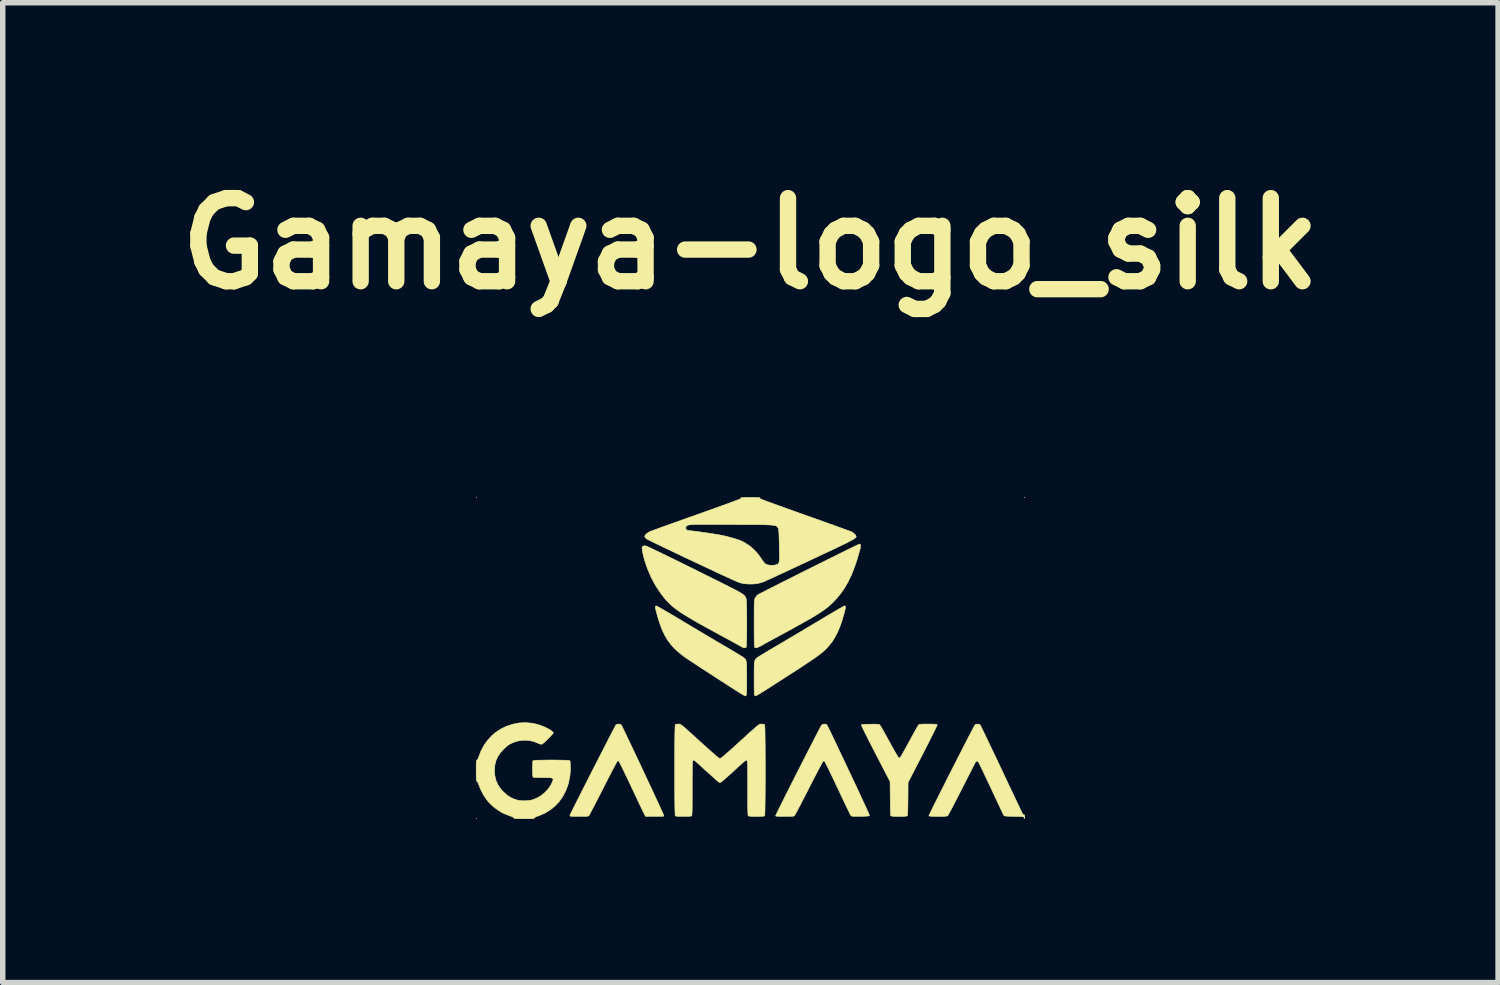
<source format=kicad_pcb>
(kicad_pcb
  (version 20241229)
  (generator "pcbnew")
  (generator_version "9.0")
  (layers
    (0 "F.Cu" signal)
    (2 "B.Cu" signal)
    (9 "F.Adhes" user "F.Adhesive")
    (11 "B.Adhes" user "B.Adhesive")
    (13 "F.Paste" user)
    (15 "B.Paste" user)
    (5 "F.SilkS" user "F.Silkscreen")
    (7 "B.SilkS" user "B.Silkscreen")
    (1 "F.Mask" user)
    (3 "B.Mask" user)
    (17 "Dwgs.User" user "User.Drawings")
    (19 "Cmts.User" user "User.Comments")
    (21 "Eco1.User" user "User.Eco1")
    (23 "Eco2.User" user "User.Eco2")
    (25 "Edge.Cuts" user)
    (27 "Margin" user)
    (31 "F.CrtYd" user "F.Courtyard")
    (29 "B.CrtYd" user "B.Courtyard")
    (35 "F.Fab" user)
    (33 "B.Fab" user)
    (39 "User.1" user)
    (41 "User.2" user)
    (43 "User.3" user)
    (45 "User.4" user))
  (footprint "Gamaya-logo_silk"
    (layer "F.Cu")
    (at 10.712 9.018)
    (property "Reference" "Gamaya-logo_silk" (at 0 -7.6 0) (layer "F.SilkS") (effects (font (size 1.524 1.524) (thickness 0.3))))
    (attr exclude_from_pos_files exclude_from_bom)
    (fp_poly (pts (xy -5.021 -2.942) (xy -5.025 -2.938) (xy -5.029 -2.942) (xy -5.025 -2.946) (xy -5.021 -2.942)) (stroke (width 0.01) (type solid)) (fill yes) (layer "F.SilkS"))
    (fp_poly (pts (xy -5.021 2.942) (xy -5.025 2.946) (xy -5.029 2.942) (xy -5.025 2.938) (xy -5.021 2.942)) (stroke (width 0.01) (type solid)) (fill yes) (layer "F.SilkS"))
    (fp_poly (pts (xy 5.029 -2.942) (xy 5.025 -2.938) (xy 5.021 -2.942) (xy 5.025 -2.946) (xy 5.029 -2.942)) (stroke (width 0.01) (type solid)) (fill yes) (layer "F.SilkS"))
    (fp_poly (pts (xy -1.717 -0.952) (xy -1.694 -0.94) (xy -1.658 -0.921) (xy -1.612 -0.894) (xy -1.557 -0.862) (xy -1.494 -0.825) (xy -1.423 -0.784) (xy -1.348 -0.739) (xy -1.267 -0.691) (xy -1.246 -0.678) (xy -1.153 -0.622) (xy -1.055 -0.563) (xy -0.953 -0.503) (xy -0.852 -0.443) (xy -0.753 -0.384) (xy -0.659 -0.328) (xy -0.573 -0.277) (xy -0.497 -0.233) (xy -0.461 -0.212) (xy -0.393 -0.172) (xy -0.329 -0.134) (xy -0.27 -0.099) (xy -0.219 -0.068) (xy -0.176 -0.041) (xy -0.143 -0.021) (xy -0.123 -0.007) (xy -0.117 -0.002) (xy -0.104 0.01) (xy -0.094 0.021) (xy -0.086 0.035) (xy -0.08 0.051) (xy -0.075 0.072) (xy -0.072 0.1) (xy -0.07 0.137) (xy -0.069 0.184) (xy -0.068 0.243) (xy -0.068 0.316) (xy -0.068 0.374) (xy -0.068 0.457) (xy -0.068 0.524) (xy -0.069 0.577) (xy -0.07 0.618) (xy -0.072 0.648) (xy -0.075 0.669) (xy -0.078 0.683) (xy -0.083 0.691) (xy -0.089 0.694) (xy -0.093 0.694) (xy -0.103 0.691) (xy -0.121 0.681) (xy -0.13 0.677) (xy -0.149 0.666) (xy -0.18 0.647) (xy -0.223 0.62) (xy -0.276 0.587) (xy -0.336 0.548) (xy -0.404 0.505) (xy -0.476 0.458) (xy -0.553 0.409) (xy -0.632 0.358) (xy -0.712 0.306) (xy -0.791 0.254) (xy -0.869 0.204) (xy -0.943 0.156) (xy -1.011 0.11) (xy -1.074 0.069) (xy -1.128 0.033) (xy -1.174 0.003) (xy -1.208 -0.02) (xy -1.23 -0.036) (xy -1.232 -0.038) (xy -1.318 -0.107) (xy -1.394 -0.177) (xy -1.46 -0.25) (xy -1.518 -0.328) (xy -1.569 -0.414) (xy -1.615 -0.509) (xy -1.656 -0.616) (xy -1.695 -0.736) (xy -1.714 -0.805) (xy -1.729 -0.859) (xy -1.738 -0.899) (xy -1.743 -0.926) (xy -1.743 -0.944) (xy -1.739 -0.953) (xy -1.73 -0.957) (xy -1.727 -0.957) (xy -1.717 -0.952)) (stroke (width 0.01) (type solid)) (fill yes) (layer "F.SilkS"))
    (fp_poly (pts (xy 1.737 -0.954) (xy 1.742 -0.946) (xy 1.743 -0.929) (xy 1.739 -0.902) (xy 1.73 -0.863) (xy 1.718 -0.819) (xy 1.68 -0.687) (xy 1.639 -0.57) (xy 1.594 -0.465) (xy 1.545 -0.373) (xy 1.491 -0.289) (xy 1.43 -0.214) (xy 1.385 -0.166) (xy 1.362 -0.143) (xy 1.335 -0.12) (xy 1.305 -0.094) (xy 1.269 -0.067) (xy 1.228 -0.036) (xy 1.179 -0.001) (xy 1.122 0.038) (xy 1.056 0.082) (xy 0.98 0.133) (xy 0.893 0.19) (xy 0.793 0.255) (xy 0.68 0.327) (xy 0.673 0.332) (xy 0.569 0.399) (xy 0.478 0.457) (xy 0.4 0.508) (xy 0.333 0.551) (xy 0.276 0.587) (xy 0.229 0.616) (xy 0.191 0.64) (xy 0.16 0.659) (xy 0.136 0.673) (xy 0.118 0.683) (xy 0.105 0.689) (xy 0.096 0.692) (xy 0.09 0.693) (xy 0.085 0.692) (xy 0.082 0.689) (xy 0.08 0.686) (xy 0.078 0.684) (xy 0.075 0.676) (xy 0.073 0.659) (xy 0.071 0.63) (xy 0.069 0.59) (xy 0.068 0.536) (xy 0.068 0.467) (xy 0.068 0.383) (xy 0.068 0.374) (xy 0.068 0.291) (xy 0.068 0.222) (xy 0.069 0.167) (xy 0.07 0.124) (xy 0.073 0.09) (xy 0.077 0.065) (xy 0.082 0.045) (xy 0.089 0.03) (xy 0.097 0.018) (xy 0.108 0.006) (xy 0.117 -0.002) (xy 0.129 -0.011) (xy 0.154 -0.027) (xy 0.19 -0.05) (xy 0.237 -0.078) (xy 0.291 -0.111) (xy 0.352 -0.148) (xy 0.418 -0.186) (xy 0.461 -0.212) (xy 0.53 -0.253) (xy 0.611 -0.3) (xy 0.701 -0.353) (xy 0.798 -0.411) (xy 0.898 -0.47) (xy 1 -0.531) (xy 1.1 -0.591) (xy 1.197 -0.649) (xy 1.247 -0.678) (xy 1.328 -0.727) (xy 1.405 -0.773) (xy 1.477 -0.815) (xy 1.542 -0.853) (xy 1.599 -0.887) (xy 1.648 -0.914) (xy 1.686 -0.936) (xy 1.712 -0.95) (xy 1.726 -0.956) (xy 1.727 -0.957) (xy 1.737 -0.954)) (stroke (width 0.01) (type solid)) (fill yes) (layer "F.SilkS"))
    (fp_poly (pts (xy 2.014 -2.085) (xy 2.019 -2.065) (xy 2.017 -2.031) (xy 2.007 -1.983) (xy 2.002 -1.967) (xy 1.956 -1.806) (xy 1.906 -1.66) (xy 1.854 -1.528) (xy 1.797 -1.408) (xy 1.735 -1.299) (xy 1.667 -1.199) (xy 1.593 -1.106) (xy 1.52 -1.028) (xy 1.489 -0.997) (xy 1.457 -0.968) (xy 1.423 -0.939) (xy 1.387 -0.91) (xy 1.346 -0.88) (xy 1.301 -0.849) (xy 1.25 -0.816) (xy 1.191 -0.779) (xy 1.125 -0.739) (xy 1.049 -0.696) (xy 0.963 -0.647) (xy 0.865 -0.593) (xy 0.756 -0.532) (xy 0.633 -0.465) (xy 0.567 -0.43) (xy 0.502 -0.394) (xy 0.438 -0.359) (xy 0.377 -0.326) (xy 0.322 -0.296) (xy 0.275 -0.27) (xy 0.239 -0.25) (xy 0.224 -0.241) (xy 0.174 -0.214) (xy 0.136 -0.197) (xy 0.108 -0.189) (xy 0.089 -0.19) (xy 0.078 -0.196) (xy 0.076 -0.202) (xy 0.074 -0.216) (xy 0.072 -0.239) (xy 0.071 -0.272) (xy 0.069 -0.317) (xy 0.069 -0.373) (xy 0.068 -0.443) (xy 0.068 -0.528) (xy 0.068 -0.628) (xy 0.068 -0.634) (xy 0.068 -0.73) (xy 0.068 -0.811) (xy 0.068 -0.878) (xy 0.069 -0.932) (xy 0.069 -0.975) (xy 0.07 -1.009) (xy 0.071 -1.035) (xy 0.073 -1.055) (xy 0.075 -1.069) (xy 0.078 -1.081) (xy 0.082 -1.09) (xy 0.085 -1.098) (xy 0.102 -1.125) (xy 0.123 -1.15) (xy 0.129 -1.156) (xy 0.139 -1.162) (xy 0.164 -1.176) (xy 0.201 -1.195) (xy 0.25 -1.22) (xy 0.31 -1.251) (xy 0.379 -1.286) (xy 0.456 -1.325) (xy 0.54 -1.368) (xy 0.63 -1.413) (xy 0.726 -1.461) (xy 0.825 -1.511) (xy 0.926 -1.562) (xy 1.03 -1.613) (xy 1.133 -1.665) (xy 1.236 -1.716) (xy 1.337 -1.766) (xy 1.435 -1.815) (xy 1.529 -1.862) (xy 1.617 -1.905) (xy 1.699 -1.946) (xy 1.774 -1.983) (xy 1.84 -2.015) (xy 1.897 -2.042) (xy 1.942 -2.064) (xy 1.975 -2.08) (xy 1.996 -2.089) (xy 2.002 -2.091) (xy 2.014 -2.085)) (stroke (width 0.01) (type solid)) (fill yes) (layer "F.SilkS"))
    (fp_poly (pts (xy -1.917 -2.056) (xy -1.914 -2.055) (xy -1.9 -2.05) (xy -1.872 -2.037) (xy -1.831 -2.018) (xy -1.778 -1.993) (xy -1.714 -1.962) (xy -1.64 -1.927) (xy -1.557 -1.886) (xy -1.466 -1.842) (xy -1.368 -1.794) (xy -1.264 -1.743) (xy -1.156 -1.689) (xy -1.043 -1.634) (xy -0.928 -1.576) (xy -0.811 -1.518) (xy -0.693 -1.46) (xy -0.575 -1.401) (xy -0.566 -1.396) (xy -0.47 -1.348) (xy -0.389 -1.307) (xy -0.32 -1.272) (xy -0.263 -1.242) (xy -0.216 -1.217) (xy -0.179 -1.196) (xy -0.15 -1.177) (xy -0.127 -1.161) (xy -0.111 -1.146) (xy -0.099 -1.133) (xy -0.09 -1.119) (xy -0.084 -1.104) (xy -0.079 -1.088) (xy -0.078 -1.085) (xy -0.075 -1.069) (xy -0.073 -1.038) (xy -0.071 -0.995) (xy -0.07 -0.942) (xy -0.069 -0.881) (xy -0.068 -0.813) (xy -0.067 -0.74) (xy -0.067 -0.665) (xy -0.067 -0.589) (xy -0.067 -0.515) (xy -0.068 -0.444) (xy -0.069 -0.378) (xy -0.07 -0.319) (xy -0.072 -0.27) (xy -0.074 -0.232) (xy -0.076 -0.207) (xy -0.078 -0.196) (xy -0.098 -0.187) (xy -0.126 -0.19) (xy -0.144 -0.197) (xy -0.158 -0.205) (xy -0.185 -0.22) (xy -0.219 -0.239) (xy -0.26 -0.261) (xy -0.288 -0.277) (xy -0.33 -0.3) (xy -0.384 -0.33) (xy -0.445 -0.363) (xy -0.509 -0.398) (xy -0.574 -0.433) (xy -0.618 -0.457) (xy -0.75 -0.529) (xy -0.869 -0.594) (xy -0.974 -0.653) (xy -1.068 -0.707) (xy -1.15 -0.756) (xy -1.223 -0.801) (xy -1.288 -0.843) (xy -1.345 -0.883) (xy -1.396 -0.921) (xy -1.441 -0.959) (xy -1.482 -0.996) (xy -1.521 -1.035) (xy -1.557 -1.075) (xy -1.592 -1.117) (xy -1.627 -1.163) (xy -1.642 -1.183) (xy -1.735 -1.322) (xy -1.817 -1.473) (xy -1.886 -1.633) (xy -1.926 -1.747) (xy -1.943 -1.801) (xy -1.957 -1.857) (xy -1.97 -1.909) (xy -1.979 -1.956) (xy -1.985 -1.995) (xy -1.987 -2.022) (xy -1.986 -2.03) (xy -1.973 -2.05) (xy -1.949 -2.059) (xy -1.917 -2.056)) (stroke (width 0.01) (type solid)) (fill yes) (layer "F.SilkS"))
    (fp_poly (pts (xy 3.318 1.211) (xy 3.361 1.212) (xy 3.391 1.213) (xy 3.411 1.215) (xy 3.422 1.219) (xy 3.426 1.223) (xy 3.423 1.232) (xy 3.412 1.255) (xy 3.396 1.291) (xy 3.373 1.338) (xy 3.345 1.395) (xy 3.312 1.46) (xy 3.275 1.534) (xy 3.235 1.614) (xy 3.191 1.699) (xy 3.161 1.758) (xy 2.891 2.282) (xy 2.889 2.582) (xy 2.888 2.676) (xy 2.886 2.753) (xy 2.885 2.814) (xy 2.882 2.857) (xy 2.88 2.884) (xy 2.877 2.893) (xy 2.865 2.897) (xy 2.84 2.901) (xy 2.805 2.903) (xy 2.763 2.905) (xy 2.718 2.905) (xy 2.675 2.904) (xy 2.635 2.903) (xy 2.602 2.9) (xy 2.581 2.896) (xy 2.575 2.893) (xy 2.572 2.881) (xy 2.57 2.852) (xy 2.568 2.807) (xy 2.566 2.744) (xy 2.565 2.665) (xy 2.564 2.573) (xy 2.561 2.265) (xy 2.296 1.754) (xy 2.251 1.667) (xy 2.209 1.585) (xy 2.17 1.508) (xy 2.135 1.438) (xy 2.103 1.376) (xy 2.077 1.323) (xy 2.057 1.28) (xy 2.042 1.25) (xy 2.035 1.232) (xy 2.034 1.229) (xy 2.037 1.224) (xy 2.044 1.22) (xy 2.059 1.217) (xy 2.083 1.216) (xy 2.118 1.214) (xy 2.167 1.213) (xy 2.196 1.213) (xy 2.254 1.212) (xy 2.296 1.212) (xy 2.327 1.213) (xy 2.347 1.215) (xy 2.361 1.218) (xy 2.369 1.222) (xy 2.371 1.224) (xy 2.378 1.234) (xy 2.393 1.258) (xy 2.413 1.293) (xy 2.439 1.337) (xy 2.469 1.39) (xy 2.502 1.45) (xy 2.537 1.514) (xy 2.546 1.53) (xy 2.581 1.594) (xy 2.615 1.655) (xy 2.645 1.708) (xy 2.672 1.754) (xy 2.693 1.791) (xy 2.709 1.816) (xy 2.718 1.828) (xy 2.719 1.829) (xy 2.737 1.831) (xy 2.745 1.826) (xy 2.752 1.817) (xy 2.766 1.794) (xy 2.786 1.76) (xy 2.811 1.715) (xy 2.84 1.663) (xy 2.873 1.604) (xy 2.907 1.54) (xy 2.914 1.528) (xy 2.949 1.464) (xy 2.982 1.403) (xy 3.012 1.349) (xy 3.038 1.302) (xy 3.059 1.265) (xy 3.075 1.239) (xy 3.083 1.226) (xy 3.084 1.226) (xy 3.091 1.22) (xy 3.101 1.216) (xy 3.117 1.214) (xy 3.142 1.212) (xy 3.177 1.211) (xy 3.226 1.211) (xy 3.26 1.211) (xy 3.318 1.211)) (stroke (width 0.01) (type solid)) (fill yes) (layer "F.SilkS"))
    (fp_poly (pts (xy -2.39 1.213) (xy -2.374 1.221) (xy -2.366 1.231) (xy -2.359 1.244) (xy -2.346 1.271) (xy -2.326 1.31) (xy -2.302 1.361) (xy -2.273 1.421) (xy -2.24 1.491) (xy -2.203 1.568) (xy -2.163 1.652) (xy -2.121 1.741) (xy -2.077 1.834) (xy -2.032 1.93) (xy -1.986 2.027) (xy -1.94 2.125) (xy -1.895 2.222) (xy -1.85 2.317) (xy -1.807 2.409) (xy -1.767 2.497) (xy -1.729 2.579) (xy -1.694 2.654) (xy -1.663 2.721) (xy -1.637 2.778) (xy -1.615 2.826) (xy -1.6 2.861) (xy -1.59 2.884) (xy -1.587 2.893) (xy -1.592 2.897) (xy -1.604 2.9) (xy -1.626 2.902) (xy -1.659 2.903) (xy -1.706 2.904) (xy -1.756 2.904) (xy -1.922 2.904) (xy -1.935 2.883) (xy -1.941 2.872) (xy -1.953 2.847) (xy -1.972 2.809) (xy -1.995 2.761) (xy -2.023 2.702) (xy -2.055 2.635) (xy -2.09 2.56) (xy -2.128 2.48) (xy -2.168 2.396) (xy -2.173 2.386) (xy -2.212 2.302) (xy -2.25 2.221) (xy -2.286 2.147) (xy -2.318 2.079) (xy -2.347 2.02) (xy -2.371 1.971) (xy -2.391 1.933) (xy -2.404 1.907) (xy -2.411 1.895) (xy -2.411 1.894) (xy -2.425 1.885) (xy -2.437 1.888) (xy -2.44 1.89) (xy -2.446 1.899) (xy -2.459 1.922) (xy -2.478 1.958) (xy -2.503 2.005) (xy -2.533 2.061) (xy -2.567 2.127) (xy -2.605 2.2) (xy -2.645 2.278) (xy -2.688 2.362) (xy -2.701 2.388) (xy -2.744 2.472) (xy -2.785 2.553) (xy -2.824 2.628) (xy -2.859 2.696) (xy -2.89 2.756) (xy -2.917 2.806) (xy -2.938 2.846) (xy -2.952 2.874) (xy -2.961 2.888) (xy -2.962 2.889) (xy -2.968 2.894) (xy -2.977 2.898) (xy -2.993 2.901) (xy -3.017 2.903) (xy -3.051 2.904) (xy -3.099 2.904) (xy -3.137 2.904) (xy -3.188 2.904) (xy -3.233 2.903) (xy -3.269 2.902) (xy -3.294 2.9) (xy -3.305 2.899) (xy -3.305 2.898) (xy -3.31 2.886) (xy -3.31 2.882) (xy -3.307 2.873) (xy -3.296 2.851) (xy -3.278 2.815) (xy -3.255 2.768) (xy -3.226 2.711) (xy -3.193 2.644) (xy -3.155 2.57) (xy -3.114 2.489) (xy -3.07 2.402) (xy -3.024 2.311) (xy -2.976 2.217) (xy -2.927 2.12) (xy -2.878 2.023) (xy -2.828 1.927) (xy -2.78 1.831) (xy -2.732 1.739) (xy -2.687 1.651) (xy -2.644 1.567) (xy -2.605 1.49) (xy -2.569 1.421) (xy -2.537 1.36) (xy -2.511 1.309) (xy -2.49 1.269) (xy -2.475 1.241) (xy -2.467 1.227) (xy -2.466 1.226) (xy -2.444 1.214) (xy -2.416 1.211) (xy -2.39 1.213)) (stroke (width 0.01) (type solid)) (fill yes) (layer "F.SilkS"))
    (fp_poly (pts (xy 1.378 1.212) (xy 1.394 1.217) (xy 1.396 1.219) (xy 1.399 1.223) (xy 1.403 1.228) (xy 1.408 1.237) (xy 1.415 1.249) (xy 1.424 1.267) (xy 1.436 1.29) (xy 1.45 1.319) (xy 1.468 1.355) (xy 1.489 1.4) (xy 1.515 1.454) (xy 1.545 1.517) (xy 1.58 1.59) (xy 1.62 1.676) (xy 1.666 1.773) (xy 1.719 1.883) (xy 1.777 2.008) (xy 1.824 2.107) (xy 1.875 2.214) (xy 1.923 2.317) (xy 1.969 2.414) (xy 2.011 2.506) (xy 2.05 2.59) (xy 2.085 2.666) (xy 2.116 2.732) (xy 2.141 2.788) (xy 2.161 2.832) (xy 2.174 2.864) (xy 2.182 2.882) (xy 2.183 2.886) (xy 2.18 2.891) (xy 2.173 2.894) (xy 2.16 2.897) (xy 2.137 2.899) (xy 2.104 2.9) (xy 2.057 2.902) (xy 2.019 2.902) (xy 1.962 2.903) (xy 1.92 2.903) (xy 1.89 2.902) (xy 1.87 2.901) (xy 1.857 2.898) (xy 1.848 2.894) (xy 1.843 2.889) (xy 1.837 2.878) (xy 1.824 2.854) (xy 1.806 2.817) (xy 1.782 2.769) (xy 1.754 2.711) (xy 1.722 2.644) (xy 1.687 2.57) (xy 1.649 2.49) (xy 1.609 2.405) (xy 1.6 2.387) (xy 1.56 2.302) (xy 1.522 2.221) (xy 1.486 2.146) (xy 1.454 2.078) (xy 1.425 2.019) (xy 1.4 1.97) (xy 1.381 1.931) (xy 1.367 1.905) (xy 1.36 1.893) (xy 1.359 1.892) (xy 1.341 1.889) (xy 1.333 1.892) (xy 1.327 1.901) (xy 1.314 1.924) (xy 1.295 1.959) (xy 1.27 2.006) (xy 1.24 2.062) (xy 1.206 2.127) (xy 1.168 2.2) (xy 1.128 2.278) (xy 1.085 2.362) (xy 1.07 2.392) (xy 1.026 2.477) (xy 0.985 2.557) (xy 0.946 2.632) (xy 0.911 2.701) (xy 0.879 2.76) (xy 0.853 2.811) (xy 0.831 2.85) (xy 0.816 2.878) (xy 0.807 2.892) (xy 0.806 2.893) (xy 0.795 2.898) (xy 0.773 2.901) (xy 0.738 2.903) (xy 0.689 2.904) (xy 0.629 2.904) (xy 0.568 2.904) (xy 0.523 2.903) (xy 0.491 2.901) (xy 0.472 2.899) (xy 0.462 2.895) (xy 0.461 2.893) (xy 0.464 2.885) (xy 0.475 2.862) (xy 0.492 2.827) (xy 0.515 2.78) (xy 0.543 2.723) (xy 0.576 2.657) (xy 0.613 2.583) (xy 0.653 2.502) (xy 0.697 2.415) (xy 0.743 2.324) (xy 0.791 2.23) (xy 0.839 2.133) (xy 0.889 2.036) (xy 0.938 1.939) (xy 0.987 1.844) (xy 1.034 1.751) (xy 1.08 1.662) (xy 1.123 1.578) (xy 1.163 1.5) (xy 1.199 1.429) (xy 1.231 1.368) (xy 1.258 1.315) (xy 1.28 1.274) (xy 1.296 1.245) (xy 1.305 1.229) (xy 1.307 1.227) (xy 1.325 1.216) (xy 1.351 1.211) (xy 1.378 1.212)) (stroke (width 0.01) (type solid)) (fill yes) (layer "F.SilkS"))
    (fp_poly (pts (xy 4.193 1.214) (xy 4.213 1.226) (xy 4.213 1.226) (xy 4.218 1.236) (xy 4.23 1.26) (xy 4.249 1.297) (xy 4.273 1.347) (xy 4.302 1.407) (xy 4.336 1.478) (xy 4.374 1.558) (xy 4.416 1.646) (xy 4.462 1.741) (xy 4.51 1.842) (xy 4.56 1.948) (xy 4.602 2.037) (xy 4.654 2.147) (xy 4.703 2.252) (xy 4.751 2.353) (xy 4.796 2.447) (xy 4.837 2.534) (xy 4.874 2.613) (xy 4.908 2.683) (xy 4.936 2.742) (xy 4.959 2.791) (xy 4.976 2.826) (xy 4.987 2.849) (xy 4.991 2.856) (xy 5.005 2.873) (xy 5.017 2.876) (xy 5.025 2.876) (xy 5.028 2.887) (xy 5.029 2.909) (xy 5.028 2.934) (xy 5.026 2.945) (xy 5.022 2.942) (xy 5.019 2.927) (xy 5.018 2.921) (xy 5.015 2.916) (xy 5.007 2.913) (xy 4.993 2.91) (xy 4.971 2.908) (xy 4.938 2.907) (xy 4.893 2.905) (xy 4.836 2.904) (xy 4.775 2.902) (xy 4.728 2.901) (xy 4.694 2.899) (xy 4.671 2.896) (xy 4.657 2.893) (xy 4.649 2.889) (xy 4.648 2.887) (xy 4.643 2.877) (xy 4.631 2.853) (xy 4.614 2.817) (xy 4.592 2.771) (xy 4.566 2.716) (xy 4.536 2.653) (xy 4.504 2.585) (xy 4.481 2.536) (xy 4.428 2.422) (xy 4.381 2.322) (xy 4.34 2.236) (xy 4.305 2.162) (xy 4.276 2.099) (xy 4.251 2.047) (xy 4.23 2.005) (xy 4.213 1.971) (xy 4.2 1.944) (xy 4.19 1.924) (xy 4.181 1.91) (xy 4.175 1.901) (xy 4.17 1.895) (xy 4.166 1.892) (xy 4.163 1.89) (xy 4.159 1.89) (xy 4.14 1.895) (xy 4.129 1.907) (xy 4.123 1.917) (xy 4.11 1.942) (xy 4.091 1.979) (xy 4.066 2.027) (xy 4.037 2.085) (xy 4.003 2.151) (xy 3.965 2.225) (xy 3.925 2.304) (xy 3.883 2.387) (xy 3.874 2.405) (xy 3.831 2.488) (xy 3.79 2.568) (xy 3.752 2.642) (xy 3.717 2.709) (xy 3.687 2.767) (xy 3.661 2.816) (xy 3.64 2.854) (xy 3.625 2.88) (xy 3.618 2.893) (xy 3.617 2.893) (xy 3.604 2.897) (xy 3.578 2.901) (xy 3.542 2.903) (xy 3.499 2.904) (xy 3.452 2.905) (xy 3.405 2.905) (xy 3.361 2.904) (xy 3.322 2.902) (xy 3.293 2.899) (xy 3.275 2.895) (xy 3.272 2.893) (xy 3.275 2.884) (xy 3.286 2.862) (xy 3.302 2.827) (xy 3.325 2.78) (xy 3.354 2.723) (xy 3.386 2.657) (xy 3.424 2.582) (xy 3.464 2.501) (xy 3.508 2.415) (xy 3.554 2.324) (xy 3.601 2.229) (xy 3.65 2.133) (xy 3.699 2.036) (xy 3.749 1.939) (xy 3.797 1.843) (xy 3.845 1.75) (xy 3.89 1.661) (xy 3.933 1.577) (xy 3.973 1.5) (xy 4.01 1.429) (xy 4.042 1.367) (xy 4.069 1.315) (xy 4.091 1.274) (xy 4.107 1.245) (xy 4.116 1.23) (xy 4.117 1.228) (xy 4.138 1.215) (xy 4.165 1.21) (xy 4.193 1.214)) (stroke (width 0.01) (type solid)) (fill yes) (layer "F.SilkS"))
    (fp_poly (pts (xy -4.008 1.194) (xy -3.892 1.22) (xy -3.779 1.262) (xy -3.724 1.289) (xy -3.674 1.317) (xy -3.639 1.342) (xy -3.619 1.361) (xy -3.615 1.372) (xy -3.621 1.383) (xy -3.637 1.402) (xy -3.661 1.428) (xy -3.689 1.457) (xy -3.72 1.489) (xy -3.751 1.519) (xy -3.78 1.545) (xy -3.804 1.566) (xy -3.821 1.578) (xy -3.825 1.58) (xy -3.846 1.579) (xy -3.879 1.569) (xy -3.901 1.559) (xy -3.975 1.53) (xy -4.046 1.514) (xy -4.121 1.507) (xy -4.136 1.507) (xy -4.222 1.513) (xy -4.301 1.53) (xy -4.379 1.561) (xy -4.386 1.564) (xy -4.419 1.581) (xy -4.449 1.602) (xy -4.481 1.628) (xy -4.518 1.663) (xy -4.526 1.671) (xy -4.588 1.74) (xy -4.634 1.809) (xy -4.666 1.881) (xy -4.686 1.958) (xy -4.693 2.043) (xy -4.694 2.062) (xy -4.687 2.157) (xy -4.667 2.243) (xy -4.632 2.323) (xy -4.581 2.398) (xy -4.53 2.455) (xy -4.462 2.515) (xy -4.392 2.56) (xy -4.316 2.592) (xy -4.274 2.605) (xy -4.22 2.614) (xy -4.157 2.618) (xy -4.093 2.616) (xy -4.033 2.608) (xy -4.013 2.604) (xy -3.93 2.574) (xy -3.85 2.53) (xy -3.777 2.473) (xy -3.714 2.408) (xy -3.664 2.335) (xy -3.649 2.307) (xy -3.632 2.27) (xy -3.622 2.244) (xy -3.619 2.227) (xy -3.622 2.214) (xy -3.628 2.206) (xy -3.635 2.202) (xy -3.647 2.198) (xy -3.665 2.196) (xy -3.693 2.194) (xy -3.732 2.193) (xy -3.784 2.193) (xy -3.809 2.193) (xy -3.874 2.192) (xy -3.922 2.191) (xy -3.957 2.189) (xy -3.978 2.186) (xy -3.986 2.183) (xy -3.99 2.17) (xy -3.993 2.145) (xy -3.995 2.109) (xy -3.997 2.067) (xy -3.997 2.023) (xy -3.996 1.979) (xy -3.995 1.939) (xy -3.992 1.907) (xy -3.989 1.887) (xy -3.986 1.881) (xy -3.975 1.879) (xy -3.949 1.876) (xy -3.911 1.874) (xy -3.863 1.873) (xy -3.807 1.872) (xy -3.745 1.871) (xy -3.68 1.87) (xy -3.614 1.87) (xy -3.549 1.871) (xy -3.488 1.872) (xy -3.432 1.873) (xy -3.385 1.874) (xy -3.347 1.876) (xy -3.322 1.879) (xy -3.312 1.881) (xy -3.307 1.895) (xy -3.304 1.922) (xy -3.302 1.959) (xy -3.302 2.003) (xy -3.303 2.052) (xy -3.305 2.1) (xy -3.309 2.147) (xy -3.314 2.187) (xy -3.315 2.19) (xy -3.342 2.313) (xy -3.384 2.428) (xy -3.438 2.533) (xy -3.505 2.629) (xy -3.584 2.713) (xy -3.673 2.786) (xy -3.772 2.846) (xy -3.881 2.892) (xy -3.907 2.901) (xy -3.939 2.913) (xy -3.957 2.926) (xy -3.96 2.931) (xy -3.963 2.936) (xy -3.969 2.94) (xy -3.98 2.943) (xy -3.999 2.945) (xy -4.028 2.946) (xy -4.069 2.946) (xy -4.123 2.946) (xy -4.15 2.946) (xy -4.212 2.946) (xy -4.258 2.946) (xy -4.292 2.945) (xy -4.315 2.943) (xy -4.328 2.94) (xy -4.334 2.937) (xy -4.335 2.934) (xy -4.342 2.925) (xy -4.361 2.914) (xy -4.375 2.908) (xy -4.435 2.885) (xy -4.483 2.867) (xy -4.521 2.85) (xy -4.553 2.835) (xy -4.583 2.818) (xy -4.613 2.799) (xy -4.621 2.794) (xy -4.693 2.743) (xy -4.753 2.691) (xy -4.807 2.634) (xy -4.843 2.589) (xy -4.882 2.532) (xy -4.919 2.466) (xy -4.953 2.398) (xy -4.978 2.333) (xy -4.984 2.316) (xy -4.996 2.284) (xy -5.009 2.265) (xy -5.014 2.263) (xy -5.019 2.26) (xy -5.023 2.254) (xy -5.025 2.243) (xy -5.027 2.224) (xy -5.028 2.196) (xy -5.029 2.156) (xy -5.029 2.103) (xy -5.029 2.066) (xy -5.029 2.004) (xy -5.029 1.956) (xy -5.028 1.922) (xy -5.026 1.898) (xy -5.024 1.883) (xy -5.021 1.874) (xy -5.017 1.87) (xy -5.014 1.869) (xy -5.003 1.858) (xy -4.989 1.83) (xy -4.979 1.803) (xy -4.937 1.695) (xy -4.881 1.593) (xy -4.814 1.5) (xy -4.737 1.418) (xy -4.68 1.369) (xy -4.578 1.301) (xy -4.47 1.249) (xy -4.357 1.212) (xy -4.242 1.19) (xy -4.125 1.184) (xy -4.008 1.194)) (stroke (width 0.01) (type solid)) (fill yes) (layer "F.SilkS"))
    (fp_poly (pts (xy -1.299 1.211) (xy -1.291 1.213) (xy -1.281 1.218) (xy -1.268 1.226) (xy -1.251 1.239) (xy -1.23 1.256) (xy -1.203 1.279) (xy -1.169 1.309) (xy -1.127 1.347) (xy -1.077 1.392) (xy -1.016 1.447) (xy -0.945 1.512) (xy -0.89 1.562) (xy -0.817 1.628) (xy -0.752 1.686) (xy -0.695 1.736) (xy -0.647 1.778) (xy -0.609 1.81) (xy -0.581 1.832) (xy -0.565 1.843) (xy -0.562 1.844) (xy -0.555 1.843) (xy -0.544 1.837) (xy -0.528 1.826) (xy -0.506 1.808) (xy -0.476 1.783) (xy -0.439 1.751) (xy -0.392 1.71) (xy -0.336 1.659) (xy -0.269 1.599) (xy -0.222 1.556) (xy -0.144 1.485) (xy -0.077 1.424) (xy -0.021 1.373) (xy 0.026 1.331) (xy 0.065 1.297) (xy 0.096 1.269) (xy 0.121 1.249) (xy 0.14 1.233) (xy 0.155 1.223) (xy 0.167 1.216) (xy 0.177 1.212) (xy 0.186 1.211) (xy 0.194 1.21) (xy 0.204 1.211) (xy 0.208 1.211) (xy 0.234 1.213) (xy 0.255 1.217) (xy 0.261 1.221) (xy 0.263 1.231) (xy 0.264 1.257) (xy 0.266 1.296) (xy 0.267 1.349) (xy 0.268 1.412) (xy 0.269 1.486) (xy 0.27 1.568) (xy 0.271 1.657) (xy 0.271 1.752) (xy 0.272 1.851) (xy 0.272 1.953) (xy 0.272 2.056) (xy 0.272 2.159) (xy 0.272 2.261) (xy 0.271 2.36) (xy 0.271 2.455) (xy 0.27 2.545) (xy 0.269 2.627) (xy 0.268 2.701) (xy 0.267 2.765) (xy 0.266 2.817) (xy 0.264 2.857) (xy 0.263 2.883) (xy 0.261 2.894) (xy 0.261 2.894) (xy 0.248 2.898) (xy 0.223 2.901) (xy 0.187 2.903) (xy 0.145 2.904) (xy 0.101 2.905) (xy 0.057 2.904) (xy 0.017 2.902) (xy -0.015 2.9) (xy -0.035 2.896) (xy -0.041 2.894) (xy -0.043 2.887) (xy -0.045 2.872) (xy -0.046 2.847) (xy -0.048 2.811) (xy -0.049 2.763) (xy -0.05 2.703) (xy -0.05 2.629) (xy -0.051 2.541) (xy -0.051 2.437) (xy -0.051 2.387) (xy -0.051 2.281) (xy -0.051 2.191) (xy -0.051 2.115) (xy -0.052 2.053) (xy -0.052 2.002) (xy -0.053 1.962) (xy -0.055 1.932) (xy -0.056 1.91) (xy -0.058 1.895) (xy -0.06 1.885) (xy -0.063 1.88) (xy -0.063 1.88) (xy -0.078 1.873) (xy -0.084 1.872) (xy -0.092 1.879) (xy -0.111 1.895) (xy -0.14 1.92) (xy -0.176 1.953) (xy -0.219 1.991) (xy -0.267 2.035) (xy -0.307 2.071) (xy -0.358 2.118) (xy -0.406 2.161) (xy -0.449 2.199) (xy -0.486 2.231) (xy -0.514 2.256) (xy -0.533 2.271) (xy -0.54 2.276) (xy -0.56 2.282) (xy -0.572 2.28) (xy -0.582 2.274) (xy -0.602 2.257) (xy -0.632 2.231) (xy -0.669 2.198) (xy -0.713 2.158) (xy -0.762 2.114) (xy -0.803 2.077) (xy -0.855 2.03) (xy -0.902 1.987) (xy -0.944 1.949) (xy -0.98 1.917) (xy -1.007 1.893) (xy -1.025 1.878) (xy -1.031 1.874) (xy -1.046 1.875) (xy -1.054 1.88) (xy -1.057 1.884) (xy -1.059 1.892) (xy -1.061 1.905) (xy -1.063 1.925) (xy -1.064 1.953) (xy -1.065 1.99) (xy -1.066 2.037) (xy -1.066 2.095) (xy -1.067 2.167) (xy -1.067 2.252) (xy -1.067 2.353) (xy -1.067 2.387) (xy -1.067 2.498) (xy -1.067 2.593) (xy -1.068 2.673) (xy -1.068 2.739) (xy -1.069 2.792) (xy -1.071 2.833) (xy -1.072 2.862) (xy -1.074 2.882) (xy -1.076 2.892) (xy -1.077 2.894) (xy -1.088 2.898) (xy -1.113 2.901) (xy -1.152 2.903) (xy -1.207 2.904) (xy -1.228 2.904) (xy -1.288 2.904) (xy -1.332 2.902) (xy -1.361 2.899) (xy -1.376 2.895) (xy -1.378 2.894) (xy -1.38 2.884) (xy -1.382 2.858) (xy -1.383 2.819) (xy -1.385 2.766) (xy -1.386 2.702) (xy -1.387 2.629) (xy -1.388 2.547) (xy -1.388 2.458) (xy -1.389 2.363) (xy -1.389 2.264) (xy -1.389 2.162) (xy -1.389 2.059) (xy -1.389 1.955) (xy -1.389 1.853) (xy -1.389 1.754) (xy -1.388 1.659) (xy -1.388 1.57) (xy -1.387 1.488) (xy -1.386 1.414) (xy -1.385 1.35) (xy -1.383 1.297) (xy -1.382 1.257) (xy -1.38 1.231) (xy -1.378 1.221) (xy -1.378 1.221) (xy -1.364 1.215) (xy -1.34 1.211) (xy -1.325 1.211) (xy -1.315 1.21) (xy -1.307 1.21) (xy -1.299 1.211)) (stroke (width 0.01) (type solid)) (fill yes) (layer "F.SilkS"))
    (fp_poly (pts (xy 0.062 -2.946) (xy 0.112 -2.945) (xy 0.147 -2.943) (xy 0.168 -2.941) (xy 0.174 -2.938) (xy 0.176 -2.928) (xy 0.188 -2.917) (xy 0.199 -2.913) (xy 0.224 -2.903) (xy 0.264 -2.888) (xy 0.315 -2.869) (xy 0.379 -2.846) (xy 0.453 -2.819) (xy 0.536 -2.789) (xy 0.627 -2.756) (xy 0.726 -2.721) (xy 0.831 -2.683) (xy 0.94 -2.644) (xy 1.007 -2.62) (xy 1.119 -2.58) (xy 1.228 -2.542) (xy 1.331 -2.505) (xy 1.429 -2.47) (xy 1.519 -2.438) (xy 1.6 -2.408) (xy 1.672 -2.382) (xy 1.733 -2.36) (xy 1.783 -2.342) (xy 1.819 -2.329) (xy 1.841 -2.321) (xy 1.847 -2.319) (xy 1.877 -2.302) (xy 1.904 -2.28) (xy 1.926 -2.257) (xy 1.938 -2.236) (xy 1.939 -2.23) (xy 1.938 -2.223) (xy 1.935 -2.216) (xy 1.929 -2.208) (xy 1.918 -2.199) (xy 1.904 -2.188) (xy 1.883 -2.176) (xy 1.856 -2.16) (xy 1.822 -2.142) (xy 1.78 -2.12) (xy 1.729 -2.095) (xy 1.668 -2.065) (xy 1.597 -2.031) (xy 1.514 -1.992) (xy 1.419 -1.947) (xy 1.311 -1.896) (xy 1.189 -1.839) (xy 1.079 -1.787) (xy 0.968 -1.735) (xy 0.861 -1.685) (xy 0.758 -1.637) (xy 0.661 -1.592) (xy 0.571 -1.55) (xy 0.489 -1.512) (xy 0.416 -1.478) (xy 0.352 -1.449) (xy 0.3 -1.426) (xy 0.261 -1.408) (xy 0.234 -1.396) (xy 0.224 -1.392) (xy 0.148 -1.371) (xy 0.063 -1.359) (xy -0.026 -1.357) (xy -0.114 -1.364) (xy -0.151 -1.371) (xy -0.189 -1.38) (xy -0.207 -1.386) (xy -0.225 -1.393) (xy -0.256 -1.406) (xy -0.3 -1.425) (xy -0.355 -1.45) (xy -0.42 -1.48) (xy -0.493 -1.514) (xy -0.574 -1.551) (xy -0.661 -1.592) (xy -0.753 -1.635) (xy -0.849 -1.68) (xy -0.947 -1.726) (xy -1.047 -1.773) (xy -1.147 -1.82) (xy -1.246 -1.867) (xy -1.342 -1.913) (xy -1.435 -1.957) (xy -1.523 -1.999) (xy -1.606 -2.039) (xy -1.681 -2.075) (xy -1.747 -2.107) (xy -1.804 -2.135) (xy -1.85 -2.158) (xy -1.885 -2.175) (xy -1.905 -2.187) (xy -1.911 -2.19) (xy -1.928 -2.209) (xy -1.938 -2.225) (xy -1.939 -2.229) (xy -1.932 -2.25) (xy -1.912 -2.273) (xy -1.883 -2.297) (xy -1.849 -2.317) (xy -1.835 -2.323) (xy -1.82 -2.329) (xy -1.789 -2.34) (xy -1.746 -2.356) (xy -1.689 -2.376) (xy -1.647 -2.392) (xy -1.191 -2.392) (xy -1.189 -2.379) (xy -1.182 -2.367) (xy -1.172 -2.354) (xy -1.158 -2.345) (xy -1.138 -2.34) (xy -1.106 -2.335) (xy -1.084 -2.333) (xy -1.054 -2.33) (xy -1.01 -2.325) (xy -0.957 -2.318) (xy -0.896 -2.309) (xy -0.831 -2.3) (xy -0.766 -2.291) (xy -0.703 -2.281) (xy -0.646 -2.272) (xy -0.622 -2.269) (xy -0.536 -2.253) (xy -0.449 -2.234) (xy -0.365 -2.212) (xy -0.287 -2.19) (xy -0.218 -2.167) (xy -0.159 -2.143) (xy -0.115 -2.121) (xy -0.114 -2.121) (xy -0.031 -2.068) (xy 0.041 -2.011) (xy 0.104 -1.948) (xy 0.163 -1.875) (xy 0.204 -1.815) (xy 0.233 -1.773) (xy 0.259 -1.742) (xy 0.279 -1.724) (xy 0.283 -1.721) (xy 0.319 -1.709) (xy 0.365 -1.702) (xy 0.413 -1.701) (xy 0.457 -1.707) (xy 0.491 -1.718) (xy 0.502 -1.725) (xy 0.512 -1.732) (xy 0.519 -1.742) (xy 0.524 -1.756) (xy 0.528 -1.775) (xy 0.531 -1.802) (xy 0.532 -1.839) (xy 0.532 -1.886) (xy 0.531 -1.946) (xy 0.53 -2.021) (xy 0.529 -2.055) (xy 0.528 -2.124) (xy 0.526 -2.189) (xy 0.524 -2.247) (xy 0.522 -2.296) (xy 0.519 -2.334) (xy 0.517 -2.359) (xy 0.516 -2.367) (xy 0.503 -2.392) (xy 0.487 -2.413) (xy 0.478 -2.42) (xy 0.465 -2.426) (xy 0.447 -2.431) (xy 0.422 -2.435) (xy 0.391 -2.438) (xy 0.351 -2.441) (xy 0.301 -2.443) (xy 0.24 -2.445) (xy 0.166 -2.446) (xy 0.079 -2.447) (xy -0.022 -2.448) (xy -0.127 -2.448) (xy -0.223 -2.448) (xy -0.323 -2.449) (xy -0.426 -2.449) (xy -0.528 -2.449) (xy -0.625 -2.45) (xy -0.713 -2.45) (xy -0.79 -2.45) (xy -0.826 -2.45) (xy -0.909 -2.45) (xy -0.978 -2.45) (xy -1.033 -2.449) (xy -1.077 -2.447) (xy -1.11 -2.444) (xy -1.135 -2.44) (xy -1.153 -2.434) (xy -1.166 -2.426) (xy -1.176 -2.417) (xy -1.182 -2.408) (xy -1.191 -2.392) (xy -1.647 -2.392) (xy -1.622 -2.401) (xy -1.544 -2.429) (xy -1.458 -2.46) (xy -1.364 -2.493) (xy -1.263 -2.529) (xy -1.157 -2.567) (xy -1.046 -2.606) (xy -0.996 -2.624) (xy -0.884 -2.664) (xy -0.778 -2.702) (xy -0.676 -2.738) (xy -0.581 -2.773) (xy -0.494 -2.804) (xy -0.415 -2.832) (xy -0.347 -2.858) (xy -0.289 -2.879) (xy -0.243 -2.896) (xy -0.211 -2.908) (xy -0.192 -2.915) (xy -0.189 -2.917) (xy -0.176 -2.929) (xy -0.174 -2.938) (xy -0.167 -2.941) (xy -0.145 -2.943) (xy -0.108 -2.945) (xy -0.058 -2.946) (xy 0 -2.946) (xy 0.062 -2.946)) (stroke (width 0.01) (type solid)) (fill yes) (layer "F.SilkS")))
  (gr_rect
    (start -3 -3)
    (end 24.423 14.969)
    (stroke (width 0.1) (type default))
    (fill no)
    (layer "Edge.Cuts")))
</source>
